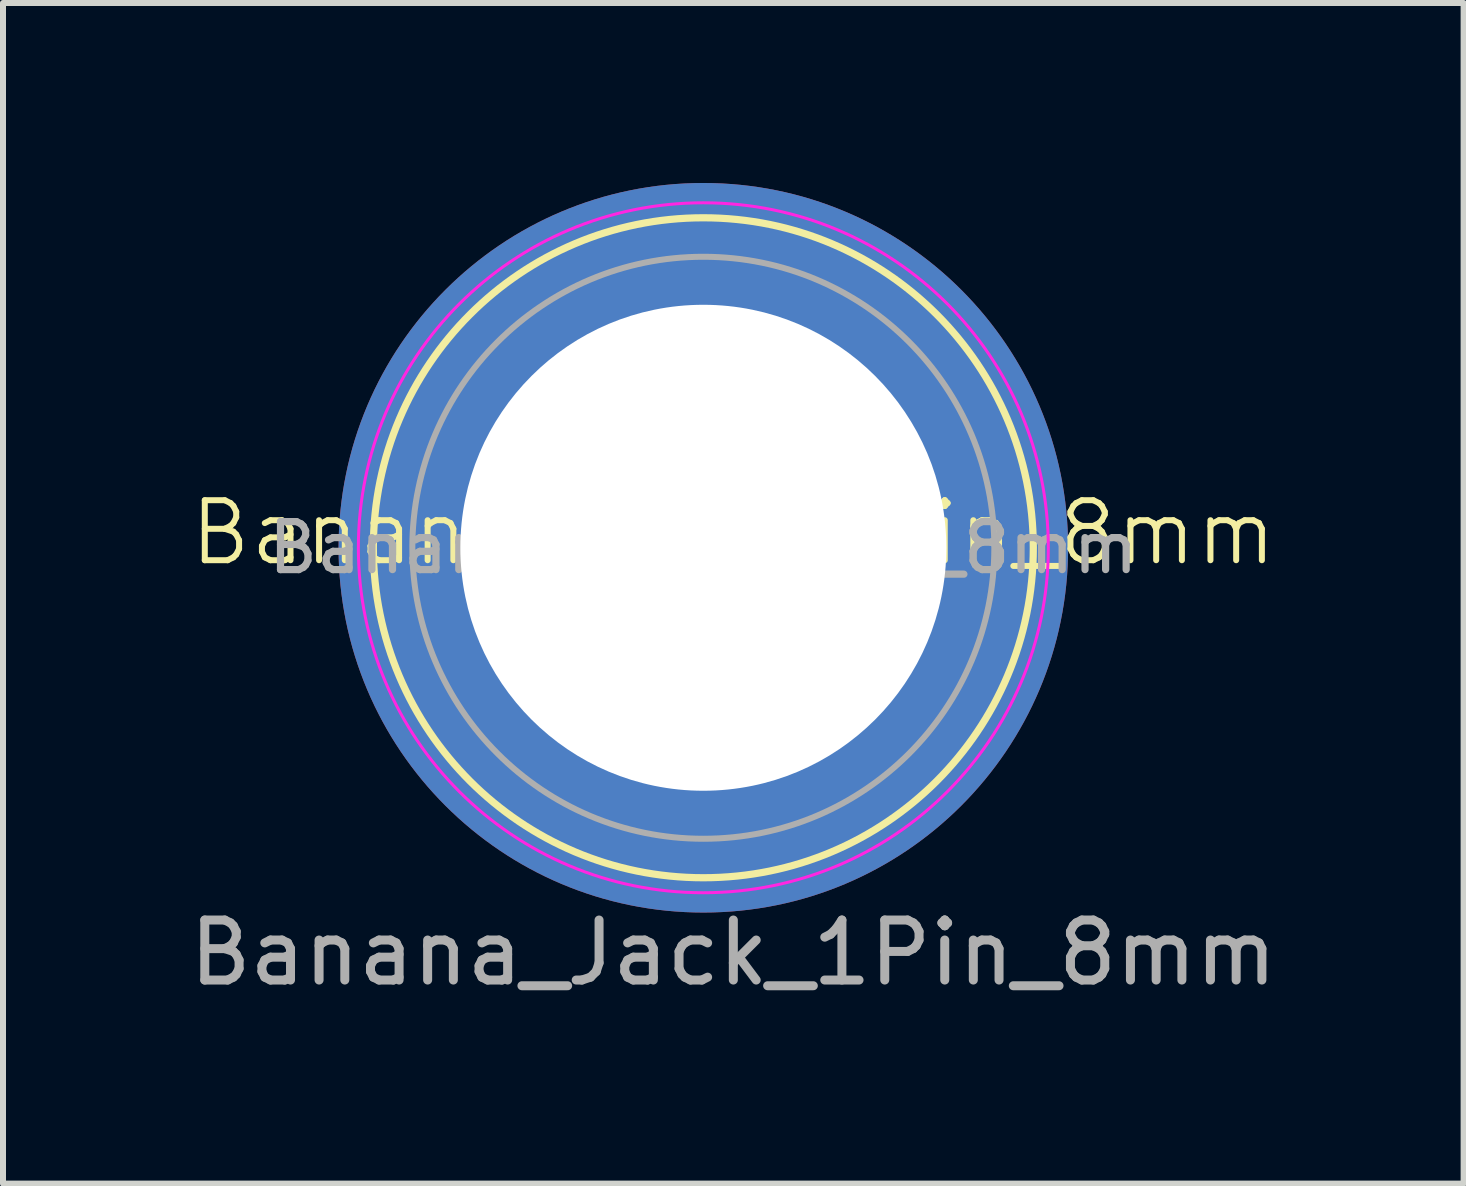
<source format=kicad_pcb>
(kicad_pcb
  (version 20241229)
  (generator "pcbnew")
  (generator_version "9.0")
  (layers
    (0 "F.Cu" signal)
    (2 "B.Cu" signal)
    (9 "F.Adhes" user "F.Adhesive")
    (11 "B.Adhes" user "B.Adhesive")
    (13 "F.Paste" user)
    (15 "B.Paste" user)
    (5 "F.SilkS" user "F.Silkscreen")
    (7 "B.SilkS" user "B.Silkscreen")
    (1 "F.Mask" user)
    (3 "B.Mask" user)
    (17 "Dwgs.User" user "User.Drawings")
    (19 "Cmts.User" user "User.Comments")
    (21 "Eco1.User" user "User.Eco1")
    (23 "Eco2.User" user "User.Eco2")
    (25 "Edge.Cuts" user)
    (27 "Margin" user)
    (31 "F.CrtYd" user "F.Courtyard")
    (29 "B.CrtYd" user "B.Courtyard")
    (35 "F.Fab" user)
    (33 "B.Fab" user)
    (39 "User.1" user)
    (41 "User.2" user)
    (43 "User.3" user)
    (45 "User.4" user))
  (footprint "Banana_Jack_1Pin_8mm"
    (layer "F.Cu")
    (at 9.173 6.33)
    (property "Reference" "Banana_Jack_1Pin_8mm" (at 0 -0.5 0) (unlocked yes) (layer "F.SilkS") (effects (font (size 1 1) (thickness 0.1))))
    (attr through_hole)
    (fp_circle (center -0.5 -0.25) (end 5 -0.25) (stroke (width 0.12) (type solid)) (fill no) (layer "F.SilkS"))
    (fp_circle (center -0.5 -0.25) (end 5.25 -0.25) (stroke (width 0.05) (type solid)) (fill no) (layer "F.CrtYd"))
    (fp_circle (center -0.5 -0.25) (end 1.5 -0.25) (stroke (width 0.1) (type solid)) (fill no) (layer "F.Fab"))
    (fp_circle (center -0.5 -0.25) (end 4.35 -0.2) (stroke (width 0.1) (type solid)) (fill no) (layer "F.Fab"))
    (fp_text user "${REFERENCE}" (at -0.5 -0.25 0) (layer "F.Fab") (effects (font (size 0.8 0.8) (thickness 0.12))))
    (fp_text user "${REFERENCE}" (at 0 6.5 0) (unlocked yes) (layer "F.Fab") (effects (font (size 1 1) (thickness 0.15))))
    (pad "1" thru_hole circle (at -0.5 -0.25) (size 12.16 12.16) (drill 8.1) (layers "*.Cu" "*.Mask")))
  (gr_rect
    (start -3 -3)
    (end 21.345 16.678)
    (stroke (width 0.1) (type default))
    (fill no)
    (layer "Edge.Cuts")))
</source>
